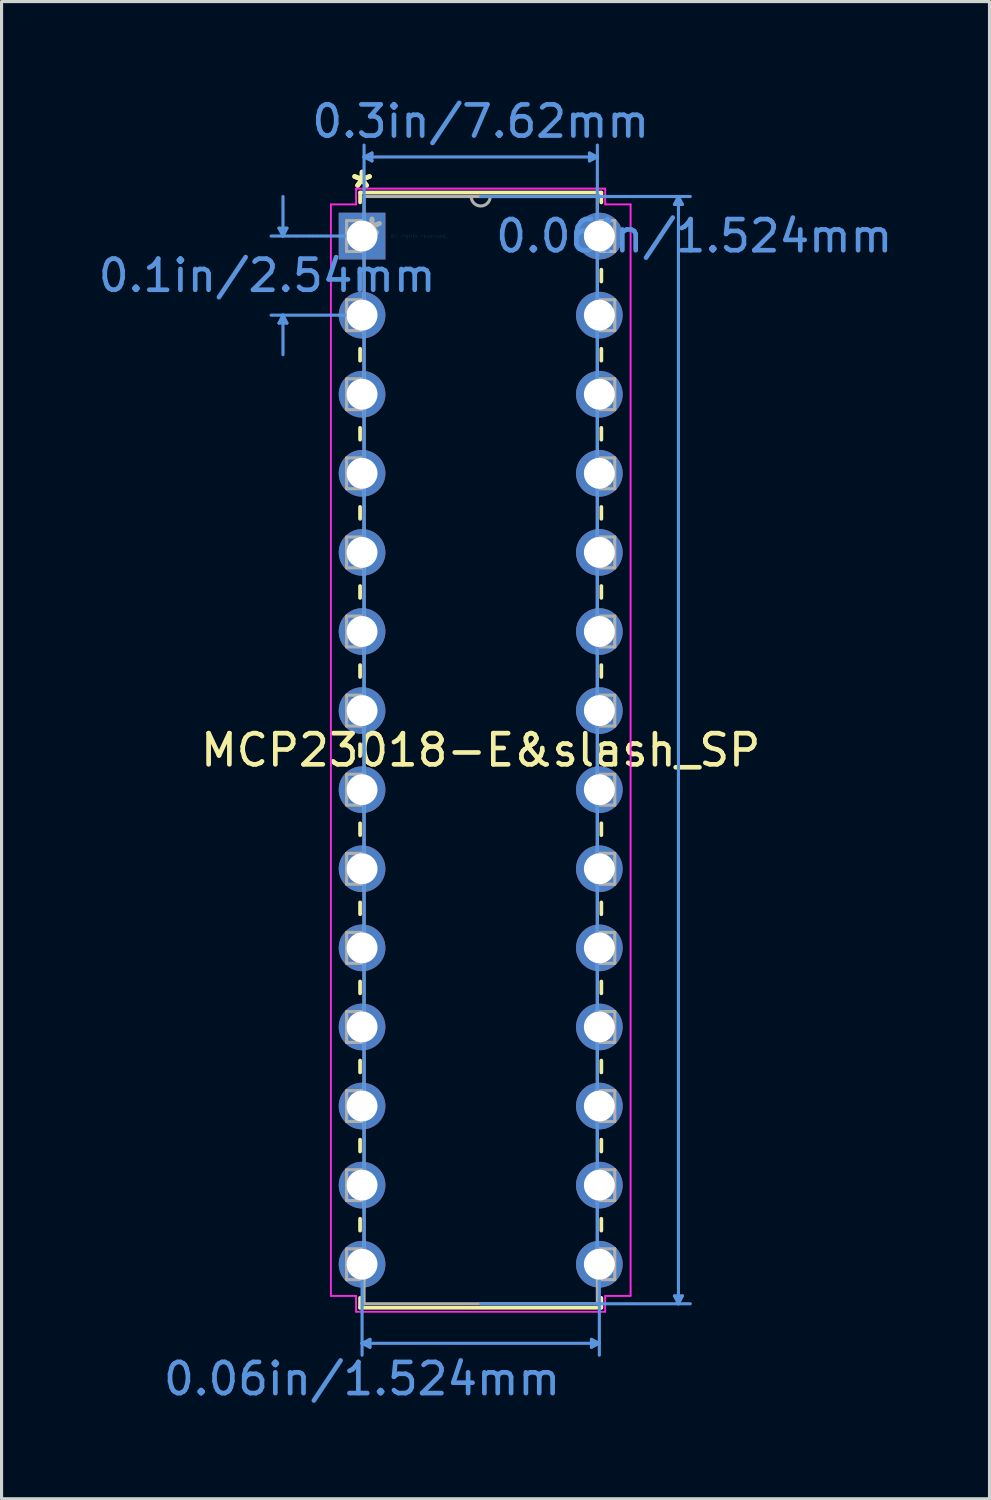
<source format=kicad_pcb>
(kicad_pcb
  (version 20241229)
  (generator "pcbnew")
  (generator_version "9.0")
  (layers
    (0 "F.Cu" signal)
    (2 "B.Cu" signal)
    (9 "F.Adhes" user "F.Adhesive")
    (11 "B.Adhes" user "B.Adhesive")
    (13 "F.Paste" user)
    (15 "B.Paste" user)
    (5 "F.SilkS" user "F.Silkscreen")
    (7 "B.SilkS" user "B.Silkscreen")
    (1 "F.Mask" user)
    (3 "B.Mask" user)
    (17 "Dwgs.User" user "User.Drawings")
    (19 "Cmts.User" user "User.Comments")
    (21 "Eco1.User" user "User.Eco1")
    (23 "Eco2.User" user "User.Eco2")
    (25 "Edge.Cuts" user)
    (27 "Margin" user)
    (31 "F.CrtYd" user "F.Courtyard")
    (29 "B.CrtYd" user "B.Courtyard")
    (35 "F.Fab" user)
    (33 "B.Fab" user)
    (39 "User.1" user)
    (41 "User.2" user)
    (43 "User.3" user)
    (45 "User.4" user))
  (footprint "MCP23018-E&slash_SP"
    (layer "F.Cu")
    (at 8.578 4.531)
    (property "Reference" "MCP23018-E&slash_SP" (at 3.81 16.51 0) (layer "F.SilkS") (effects (font (size 1 1) (thickness 0.15))))
    (attr through_hole)
    (fp_line (start -0.064 -1.397) (end -0.064 -1.082) (stroke (width 0.12) (type solid)) (layer "F.SilkS"))
    (fp_line (start -0.064 1.082) (end -0.064 1.46) (stroke (width 0.12) (type solid)) (layer "F.SilkS"))
    (fp_line (start -0.064 3.62) (end -0.064 4) (stroke (width 0.12) (type solid)) (layer "F.SilkS"))
    (fp_line (start -0.064 6.16) (end -0.064 6.54) (stroke (width 0.12) (type solid)) (layer "F.SilkS"))
    (fp_line (start -0.064 8.7) (end -0.064 9.08) (stroke (width 0.12) (type solid)) (layer "F.SilkS"))
    (fp_line (start -0.064 11.24) (end -0.064 11.62) (stroke (width 0.12) (type solid)) (layer "F.SilkS"))
    (fp_line (start -0.064 13.78) (end -0.064 14.16) (stroke (width 0.12) (type solid)) (layer "F.SilkS"))
    (fp_line (start -0.064 16.32) (end -0.064 16.7) (stroke (width 0.12) (type solid)) (layer "F.SilkS"))
    (fp_line (start -0.064 18.86) (end -0.064 19.24) (stroke (width 0.12) (type solid)) (layer "F.SilkS"))
    (fp_line (start -0.064 21.4) (end -0.064 21.78) (stroke (width 0.12) (type solid)) (layer "F.SilkS"))
    (fp_line (start -0.064 23.94) (end -0.064 24.32) (stroke (width 0.12) (type solid)) (layer "F.SilkS"))
    (fp_line (start -0.064 26.48) (end -0.064 26.86) (stroke (width 0.12) (type solid)) (layer "F.SilkS"))
    (fp_line (start -0.064 29.02) (end -0.064 29.4) (stroke (width 0.12) (type solid)) (layer "F.SilkS"))
    (fp_line (start -0.064 31.56) (end -0.064 31.94) (stroke (width 0.12) (type solid)) (layer "F.SilkS"))
    (fp_line (start -0.064 34.1) (end -0.064 34.417) (stroke (width 0.12) (type solid)) (layer "F.SilkS"))
    (fp_line (start -0.064 34.417) (end 7.684 34.417) (stroke (width 0.12) (type solid)) (layer "F.SilkS"))
    (fp_line (start 7.684 -1.397) (end -0.064 -1.397) (stroke (width 0.12) (type solid)) (layer "F.SilkS"))
    (fp_line (start 7.684 -1.08) (end 7.684 -1.397) (stroke (width 0.12) (type solid)) (layer "F.SilkS"))
    (fp_line (start 7.684 1.46) (end 7.684 1.08) (stroke (width 0.12) (type solid)) (layer "F.SilkS"))
    (fp_line (start 7.684 4) (end 7.684 3.62) (stroke (width 0.12) (type solid)) (layer "F.SilkS"))
    (fp_line (start 7.684 6.54) (end 7.684 6.16) (stroke (width 0.12) (type solid)) (layer "F.SilkS"))
    (fp_line (start 7.684 9.08) (end 7.684 8.7) (stroke (width 0.12) (type solid)) (layer "F.SilkS"))
    (fp_line (start 7.684 11.62) (end 7.684 11.24) (stroke (width 0.12) (type solid)) (layer "F.SilkS"))
    (fp_line (start 7.684 14.16) (end 7.684 13.78) (stroke (width 0.12) (type solid)) (layer "F.SilkS"))
    (fp_line (start 7.684 16.7) (end 7.684 16.32) (stroke (width 0.12) (type solid)) (layer "F.SilkS"))
    (fp_line (start 7.684 19.24) (end 7.684 18.86) (stroke (width 0.12) (type solid)) (layer "F.SilkS"))
    (fp_line (start 7.684 21.78) (end 7.684 21.4) (stroke (width 0.12) (type solid)) (layer "F.SilkS"))
    (fp_line (start 7.684 24.32) (end 7.684 23.94) (stroke (width 0.12) (type solid)) (layer "F.SilkS"))
    (fp_line (start 7.684 26.86) (end 7.684 26.48) (stroke (width 0.12) (type solid)) (layer "F.SilkS"))
    (fp_line (start 7.684 29.4) (end 7.684 29.02) (stroke (width 0.12) (type solid)) (layer "F.SilkS"))
    (fp_line (start 7.684 31.94) (end 7.684 31.56) (stroke (width 0.12) (type solid)) (layer "F.SilkS"))
    (fp_line (start 7.684 34.417) (end 7.684 34.1) (stroke (width 0.12) (type solid)) (layer "F.SilkS"))
    (fp_line (start -2.667 -0.254) (end -2.413 -0.254) (stroke (width 0.1) (type solid)) (layer "Cmts.User"))
    (fp_line (start -2.667 2.794) (end -2.413 2.794) (stroke (width 0.1) (type solid)) (layer "Cmts.User"))
    (fp_line (start -2.54 0) (end -2.667 -0.254) (stroke (width 0.1) (type solid)) (layer "Cmts.User"))
    (fp_line (start -2.54 0) (end -2.54 -1.27) (stroke (width 0.1) (type solid)) (layer "Cmts.User"))
    (fp_line (start -2.54 0) (end -2.413 -0.254) (stroke (width 0.1) (type solid)) (layer "Cmts.User"))
    (fp_line (start -2.54 2.54) (end -2.667 2.794) (stroke (width 0.1) (type solid)) (layer "Cmts.User"))
    (fp_line (start -2.54 2.54) (end -2.54 3.81) (stroke (width 0.1) (type solid)) (layer "Cmts.User"))
    (fp_line (start -2.54 2.54) (end -2.413 2.794) (stroke (width 0.1) (type solid)) (layer "Cmts.User"))
    (fp_line (start 0 0) (end -2.921 0) (stroke (width 0.1) (type solid)) (layer "Cmts.User"))
    (fp_line (start 0 2.54) (end -2.921 2.54) (stroke (width 0.1) (type solid)) (layer "Cmts.User"))
    (fp_line (start 0 33.02) (end 0 35.941) (stroke (width 0.1) (type solid)) (layer "Cmts.User"))
    (fp_line (start 0 35.56) (end 0.254 35.433) (stroke (width 0.1) (type solid)) (layer "Cmts.User"))
    (fp_line (start 0 35.56) (end 0.254 35.687) (stroke (width 0.1) (type solid)) (layer "Cmts.User"))
    (fp_line (start 0 35.56) (end 7.62 35.56) (stroke (width 0.1) (type solid)) (layer "Cmts.User"))
    (fp_line (start 0.064 -2.54) (end 0.318 -2.667) (stroke (width 0.1) (type solid)) (layer "Cmts.User"))
    (fp_line (start 0.064 -2.54) (end 0.318 -2.413) (stroke (width 0.1) (type solid)) (layer "Cmts.User"))
    (fp_line (start 0.064 -2.54) (end 7.556 -2.54) (stroke (width 0.1) (type solid)) (layer "Cmts.User"))
    (fp_line (start 0.064 33.02) (end 0.064 -2.921) (stroke (width 0.1) (type solid)) (layer "Cmts.User"))
    (fp_line (start 0.254 35.433) (end 0.254 35.687) (stroke (width 0.1) (type solid)) (layer "Cmts.User"))
    (fp_line (start 0.318 -2.667) (end 0.318 -2.413) (stroke (width 0.1) (type solid)) (layer "Cmts.User"))
    (fp_line (start 3.81 -1.27) (end 10.541 -1.27) (stroke (width 0.1) (type solid)) (layer "Cmts.User"))
    (fp_line (start 3.81 34.29) (end 10.541 34.29) (stroke (width 0.1) (type solid)) (layer "Cmts.User"))
    (fp_line (start 7.303 -2.667) (end 7.303 -2.413) (stroke (width 0.1) (type solid)) (layer "Cmts.User"))
    (fp_line (start 7.366 35.433) (end 7.366 35.687) (stroke (width 0.1) (type solid)) (layer "Cmts.User"))
    (fp_line (start 7.556 -2.54) (end 7.303 -2.667) (stroke (width 0.1) (type solid)) (layer "Cmts.User"))
    (fp_line (start 7.556 -2.54) (end 7.303 -2.413) (stroke (width 0.1) (type solid)) (layer "Cmts.User"))
    (fp_line (start 7.556 33.02) (end 7.556 -2.921) (stroke (width 0.1) (type solid)) (layer "Cmts.User"))
    (fp_line (start 7.62 33.02) (end 7.62 35.941) (stroke (width 0.1) (type solid)) (layer "Cmts.User"))
    (fp_line (start 7.62 35.56) (end 7.366 35.433) (stroke (width 0.1) (type solid)) (layer "Cmts.User"))
    (fp_line (start 7.62 35.56) (end 7.366 35.687) (stroke (width 0.1) (type solid)) (layer "Cmts.User"))
    (fp_line (start 10.033 -1.016) (end 10.287 -1.016) (stroke (width 0.1) (type solid)) (layer "Cmts.User"))
    (fp_line (start 10.033 34.036) (end 10.287 34.036) (stroke (width 0.1) (type solid)) (layer "Cmts.User"))
    (fp_line (start 10.16 -1.27) (end 10.033 -1.016) (stroke (width 0.1) (type solid)) (layer "Cmts.User"))
    (fp_line (start 10.16 -1.27) (end 10.16 34.29) (stroke (width 0.1) (type solid)) (layer "Cmts.User"))
    (fp_line (start 10.16 -1.27) (end 10.287 -1.016) (stroke (width 0.1) (type solid)) (layer "Cmts.User"))
    (fp_line (start 10.16 34.29) (end 10.033 34.036) (stroke (width 0.1) (type solid)) (layer "Cmts.User"))
    (fp_line (start 10.16 34.29) (end 10.287 34.036) (stroke (width 0.1) (type solid)) (layer "Cmts.User"))
    (fp_line (start -1.003 -1.016) (end -1.003 34.036) (stroke (width 0.05) (type solid)) (layer "F.CrtYd"))
    (fp_line (start -1.003 -1.016) (end -0.191 -1.016) (stroke (width 0.05) (type solid)) (layer "F.CrtYd"))
    (fp_line (start -1.003 34.036) (end -1.003 -1.016) (stroke (width 0.05) (type solid)) (layer "F.CrtYd"))
    (fp_line (start -1.003 34.036) (end -0.191 34.036) (stroke (width 0.05) (type solid)) (layer "F.CrtYd"))
    (fp_line (start -0.191 -1.524) (end -0.191 -1.016) (stroke (width 0.05) (type solid)) (layer "F.CrtYd"))
    (fp_line (start -0.191 -1.524) (end 7.811 -1.524) (stroke (width 0.05) (type solid)) (layer "F.CrtYd"))
    (fp_line (start -0.191 -1.016) (end -1.003 -1.016) (stroke (width 0.05) (type solid)) (layer "F.CrtYd"))
    (fp_line (start -0.191 -1.016) (end -0.191 -1.524) (stroke (width 0.05) (type solid)) (layer "F.CrtYd"))
    (fp_line (start -0.191 34.036) (end -1.003 34.036) (stroke (width 0.05) (type solid)) (layer "F.CrtYd"))
    (fp_line (start -0.191 34.036) (end -0.191 34.544) (stroke (width 0.05) (type solid)) (layer "F.CrtYd"))
    (fp_line (start -0.191 34.544) (end -0.191 34.036) (stroke (width 0.05) (type solid)) (layer "F.CrtYd"))
    (fp_line (start -0.191 34.544) (end 7.811 34.544) (stroke (width 0.05) (type solid)) (layer "F.CrtYd"))
    (fp_line (start 7.811 -1.524) (end -0.191 -1.524) (stroke (width 0.05) (type solid)) (layer "F.CrtYd"))
    (fp_line (start 7.811 -1.524) (end 7.811 -1.016) (stroke (width 0.05) (type solid)) (layer "F.CrtYd"))
    (fp_line (start 7.811 -1.016) (end 7.811 -1.524) (stroke (width 0.05) (type solid)) (layer "F.CrtYd"))
    (fp_line (start 7.811 34.036) (end 7.811 34.544) (stroke (width 0.05) (type solid)) (layer "F.CrtYd"))
    (fp_line (start 7.811 34.036) (end 8.623 34.036) (stroke (width 0.05) (type solid)) (layer "F.CrtYd"))
    (fp_line (start 7.811 34.544) (end -0.191 34.544) (stroke (width 0.05) (type solid)) (layer "F.CrtYd"))
    (fp_line (start 7.811 34.544) (end 7.811 34.036) (stroke (width 0.05) (type solid)) (layer "F.CrtYd"))
    (fp_line (start 8.623 -1.016) (end 7.811 -1.016) (stroke (width 0.05) (type solid)) (layer "F.CrtYd"))
    (fp_line (start 8.623 -1.016) (end 7.811 -1.016) (stroke (width 0.05) (type solid)) (layer "F.CrtYd"))
    (fp_line (start 8.623 -1.016) (end 8.623 34.036) (stroke (width 0.05) (type solid)) (layer "F.CrtYd"))
    (fp_line (start 8.623 34.036) (end 7.811 34.036) (stroke (width 0.05) (type solid)) (layer "F.CrtYd"))
    (fp_line (start 8.623 34.036) (end 8.623 -1.016) (stroke (width 0.05) (type solid)) (layer "F.CrtYd"))
    (fp_line (start -0.495 -0.495) (end -0.495 0.495) (stroke (width 0.1) (type solid)) (layer "F.Fab"))
    (fp_line (start -0.495 0.495) (end 0.064 0.495) (stroke (width 0.1) (type solid)) (layer "F.Fab"))
    (fp_line (start -0.495 2.045) (end -0.495 3.035) (stroke (width 0.1) (type solid)) (layer "F.Fab"))
    (fp_line (start -0.495 3.035) (end 0.064 3.035) (stroke (width 0.1) (type solid)) (layer "F.Fab"))
    (fp_line (start -0.495 4.585) (end -0.495 5.575) (stroke (width 0.1) (type solid)) (layer "F.Fab"))
    (fp_line (start -0.495 5.575) (end 0.064 5.575) (stroke (width 0.1) (type solid)) (layer "F.Fab"))
    (fp_line (start -0.495 7.125) (end -0.495 8.115) (stroke (width 0.1) (type solid)) (layer "F.Fab"))
    (fp_line (start -0.495 8.115) (end 0.064 8.115) (stroke (width 0.1) (type solid)) (layer "F.Fab"))
    (fp_line (start -0.495 9.665) (end -0.495 10.655) (stroke (width 0.1) (type solid)) (layer "F.Fab"))
    (fp_line (start -0.495 10.655) (end 0.064 10.655) (stroke (width 0.1) (type solid)) (layer "F.Fab"))
    (fp_line (start -0.495 12.205) (end -0.495 13.195) (stroke (width 0.1) (type solid)) (layer "F.Fab"))
    (fp_line (start -0.495 13.195) (end 0.064 13.195) (stroke (width 0.1) (type solid)) (layer "F.Fab"))
    (fp_line (start -0.495 14.745) (end -0.495 15.735) (stroke (width 0.1) (type solid)) (layer "F.Fab"))
    (fp_line (start -0.495 15.735) (end 0.064 15.735) (stroke (width 0.1) (type solid)) (layer "F.Fab"))
    (fp_line (start -0.495 17.285) (end -0.495 18.275) (stroke (width 0.1) (type solid)) (layer "F.Fab"))
    (fp_line (start -0.495 18.275) (end 0.064 18.275) (stroke (width 0.1) (type solid)) (layer "F.Fab"))
    (fp_line (start -0.495 19.825) (end -0.495 20.815) (stroke (width 0.1) (type solid)) (layer "F.Fab"))
    (fp_line (start -0.495 20.815) (end 0.064 20.815) (stroke (width 0.1) (type solid)) (layer "F.Fab"))
    (fp_line (start -0.495 22.365) (end -0.495 23.355) (stroke (width 0.1) (type solid)) (layer "F.Fab"))
    (fp_line (start -0.495 23.355) (end 0.064 23.355) (stroke (width 0.1) (type solid)) (layer "F.Fab"))
    (fp_line (start -0.495 24.905) (end -0.495 25.895) (stroke (width 0.1) (type solid)) (layer "F.Fab"))
    (fp_line (start -0.495 25.895) (end 0.064 25.895) (stroke (width 0.1) (type solid)) (layer "F.Fab"))
    (fp_line (start -0.495 27.445) (end -0.495 28.435) (stroke (width 0.1) (type solid)) (layer "F.Fab"))
    (fp_line (start -0.495 28.435) (end 0.064 28.435) (stroke (width 0.1) (type solid)) (layer "F.Fab"))
    (fp_line (start -0.495 29.985) (end -0.495 30.975) (stroke (width 0.1) (type solid)) (layer "F.Fab"))
    (fp_line (start -0.495 30.975) (end 0.064 30.975) (stroke (width 0.1) (type solid)) (layer "F.Fab"))
    (fp_line (start -0.495 32.525) (end -0.495 33.515) (stroke (width 0.1) (type solid)) (layer "F.Fab"))
    (fp_line (start -0.495 33.515) (end 0.064 33.515) (stroke (width 0.1) (type solid)) (layer "F.Fab"))
    (fp_line (start 0.064 -1.27) (end 0.064 34.29) (stroke (width 0.1) (type solid)) (layer "F.Fab"))
    (fp_line (start 0.064 -0.495) (end -0.495 -0.495) (stroke (width 0.1) (type solid)) (layer "F.Fab"))
    (fp_line (start 0.064 0.495) (end 0.064 -0.495) (stroke (width 0.1) (type solid)) (layer "F.Fab"))
    (fp_line (start 0.064 2.045) (end -0.495 2.045) (stroke (width 0.1) (type solid)) (layer "F.Fab"))
    (fp_line (start 0.064 3.035) (end 0.064 2.045) (stroke (width 0.1) (type solid)) (layer "F.Fab"))
    (fp_line (start 0.064 4.585) (end -0.495 4.585) (stroke (width 0.1) (type solid)) (layer "F.Fab"))
    (fp_line (start 0.064 5.575) (end 0.064 4.585) (stroke (width 0.1) (type solid)) (layer "F.Fab"))
    (fp_line (start 0.064 7.125) (end -0.495 7.125) (stroke (width 0.1) (type solid)) (layer "F.Fab"))
    (fp_line (start 0.064 8.115) (end 0.064 7.125) (stroke (width 0.1) (type solid)) (layer "F.Fab"))
    (fp_line (start 0.064 9.665) (end -0.495 9.665) (stroke (width 0.1) (type solid)) (layer "F.Fab"))
    (fp_line (start 0.064 10.655) (end 0.064 9.665) (stroke (width 0.1) (type solid)) (layer "F.Fab"))
    (fp_line (start 0.064 12.205) (end -0.495 12.205) (stroke (width 0.1) (type solid)) (layer "F.Fab"))
    (fp_line (start 0.064 13.195) (end 0.064 12.205) (stroke (width 0.1) (type solid)) (layer "F.Fab"))
    (fp_line (start 0.064 14.745) (end -0.495 14.745) (stroke (width 0.1) (type solid)) (layer "F.Fab"))
    (fp_line (start 0.064 15.735) (end 0.064 14.745) (stroke (width 0.1) (type solid)) (layer "F.Fab"))
    (fp_line (start 0.064 17.285) (end -0.495 17.285) (stroke (width 0.1) (type solid)) (layer "F.Fab"))
    (fp_line (start 0.064 18.275) (end 0.064 17.285) (stroke (width 0.1) (type solid)) (layer "F.Fab"))
    (fp_line (start 0.064 19.825) (end -0.495 19.825) (stroke (width 0.1) (type solid)) (layer "F.Fab"))
    (fp_line (start 0.064 20.815) (end 0.064 19.825) (stroke (width 0.1) (type solid)) (layer "F.Fab"))
    (fp_line (start 0.064 22.365) (end -0.495 22.365) (stroke (width 0.1) (type solid)) (layer "F.Fab"))
    (fp_line (start 0.064 23.355) (end 0.064 22.365) (stroke (width 0.1) (type solid)) (layer "F.Fab"))
    (fp_line (start 0.064 24.905) (end -0.495 24.905) (stroke (width 0.1) (type solid)) (layer "F.Fab"))
    (fp_line (start 0.064 25.895) (end 0.064 24.905) (stroke (width 0.1) (type solid)) (layer "F.Fab"))
    (fp_line (start 0.064 27.445) (end -0.495 27.445) (stroke (width 0.1) (type solid)) (layer "F.Fab"))
    (fp_line (start 0.064 28.435) (end 0.064 27.445) (stroke (width 0.1) (type solid)) (layer "F.Fab"))
    (fp_line (start 0.064 29.985) (end -0.495 29.985) (stroke (width 0.1) (type solid)) (layer "F.Fab"))
    (fp_line (start 0.064 30.975) (end 0.064 29.985) (stroke (width 0.1) (type solid)) (layer "F.Fab"))
    (fp_line (start 0.064 32.525) (end -0.495 32.525) (stroke (width 0.1) (type solid)) (layer "F.Fab"))
    (fp_line (start 0.064 33.515) (end 0.064 32.525) (stroke (width 0.1) (type solid)) (layer "F.Fab"))
    (fp_line (start 0.064 34.29) (end 7.556 34.29) (stroke (width 0.1) (type solid)) (layer "F.Fab"))
    (fp_line (start 7.556 -1.27) (end 0.064 -1.27) (stroke (width 0.1) (type solid)) (layer "F.Fab"))
    (fp_line (start 7.556 -0.495) (end 7.556 0.495) (stroke (width 0.1) (type solid)) (layer "F.Fab"))
    (fp_line (start 7.556 0.495) (end 8.115 0.495) (stroke (width 0.1) (type solid)) (layer "F.Fab"))
    (fp_line (start 7.556 2.045) (end 7.556 3.035) (stroke (width 0.1) (type solid)) (layer "F.Fab"))
    (fp_line (start 7.556 3.035) (end 8.115 3.035) (stroke (width 0.1) (type solid)) (layer "F.Fab"))
    (fp_line (start 7.556 4.585) (end 7.556 5.575) (stroke (width 0.1) (type solid)) (layer "F.Fab"))
    (fp_line (start 7.556 5.575) (end 8.115 5.575) (stroke (width 0.1) (type solid)) (layer "F.Fab"))
    (fp_line (start 7.556 7.125) (end 7.556 8.115) (stroke (width 0.1) (type solid)) (layer "F.Fab"))
    (fp_line (start 7.556 8.115) (end 8.115 8.115) (stroke (width 0.1) (type solid)) (layer "F.Fab"))
    (fp_line (start 7.556 9.665) (end 7.556 10.655) (stroke (width 0.1) (type solid)) (layer "F.Fab"))
    (fp_line (start 7.556 10.655) (end 8.115 10.655) (stroke (width 0.1) (type solid)) (layer "F.Fab"))
    (fp_line (start 7.556 12.205) (end 7.556 13.195) (stroke (width 0.1) (type solid)) (layer "F.Fab"))
    (fp_line (start 7.556 13.195) (end 8.115 13.195) (stroke (width 0.1) (type solid)) (layer "F.Fab"))
    (fp_line (start 7.556 14.745) (end 7.556 15.735) (stroke (width 0.1) (type solid)) (layer "F.Fab"))
    (fp_line (start 7.556 15.735) (end 8.115 15.735) (stroke (width 0.1) (type solid)) (layer "F.Fab"))
    (fp_line (start 7.556 17.285) (end 7.556 18.275) (stroke (width 0.1) (type solid)) (layer "F.Fab"))
    (fp_line (start 7.556 18.275) (end 8.115 18.275) (stroke (width 0.1) (type solid)) (layer "F.Fab"))
    (fp_line (start 7.556 19.825) (end 7.556 20.815) (stroke (width 0.1) (type solid)) (layer "F.Fab"))
    (fp_line (start 7.556 20.815) (end 8.115 20.815) (stroke (width 0.1) (type solid)) (layer "F.Fab"))
    (fp_line (start 7.556 22.365) (end 7.556 23.355) (stroke (width 0.1) (type solid)) (layer "F.Fab"))
    (fp_line (start 7.556 23.355) (end 8.115 23.355) (stroke (width 0.1) (type solid)) (layer "F.Fab"))
    (fp_line (start 7.556 24.905) (end 7.556 25.895) (stroke (width 0.1) (type solid)) (layer "F.Fab"))
    (fp_line (start 7.556 25.895) (end 8.115 25.895) (stroke (width 0.1) (type solid)) (layer "F.Fab"))
    (fp_line (start 7.556 27.445) (end 7.556 28.435) (stroke (width 0.1) (type solid)) (layer "F.Fab"))
    (fp_line (start 7.556 28.435) (end 8.115 28.435) (stroke (width 0.1) (type solid)) (layer "F.Fab"))
    (fp_line (start 7.556 29.985) (end 7.556 30.975) (stroke (width 0.1) (type solid)) (layer "F.Fab"))
    (fp_line (start 7.556 30.975) (end 8.115 30.975) (stroke (width 0.1) (type solid)) (layer "F.Fab"))
    (fp_line (start 7.556 32.525) (end 7.556 33.515) (stroke (width 0.1) (type solid)) (layer "F.Fab"))
    (fp_line (start 7.556 33.515) (end 8.115 33.515) (stroke (width 0.1) (type solid)) (layer "F.Fab"))
    (fp_line (start 7.556 34.29) (end 7.556 -1.27) (stroke (width 0.1) (type solid)) (layer "F.Fab"))
    (fp_line (start 8.115 -0.495) (end 7.556 -0.495) (stroke (width 0.1) (type solid)) (layer "F.Fab"))
    (fp_line (start 8.115 0.495) (end 8.115 -0.495) (stroke (width 0.1) (type solid)) (layer "F.Fab"))
    (fp_line (start 8.115 2.045) (end 7.556 2.045) (stroke (width 0.1) (type solid)) (layer "F.Fab"))
    (fp_line (start 8.115 3.035) (end 8.115 2.045) (stroke (width 0.1) (type solid)) (layer "F.Fab"))
    (fp_line (start 8.115 4.585) (end 7.556 4.585) (stroke (width 0.1) (type solid)) (layer "F.Fab"))
    (fp_line (start 8.115 5.575) (end 8.115 4.585) (stroke (width 0.1) (type solid)) (layer "F.Fab"))
    (fp_line (start 8.115 7.125) (end 7.556 7.125) (stroke (width 0.1) (type solid)) (layer "F.Fab"))
    (fp_line (start 8.115 8.115) (end 8.115 7.125) (stroke (width 0.1) (type solid)) (layer "F.Fab"))
    (fp_line (start 8.115 9.665) (end 7.556 9.665) (stroke (width 0.1) (type solid)) (layer "F.Fab"))
    (fp_line (start 8.115 10.655) (end 8.115 9.665) (stroke (width 0.1) (type solid)) (layer "F.Fab"))
    (fp_line (start 8.115 12.205) (end 7.556 12.205) (stroke (width 0.1) (type solid)) (layer "F.Fab"))
    (fp_line (start 8.115 13.195) (end 8.115 12.205) (stroke (width 0.1) (type solid)) (layer "F.Fab"))
    (fp_line (start 8.115 14.745) (end 7.556 14.745) (stroke (width 0.1) (type solid)) (layer "F.Fab"))
    (fp_line (start 8.115 15.735) (end 8.115 14.745) (stroke (width 0.1) (type solid)) (layer "F.Fab"))
    (fp_line (start 8.115 17.285) (end 7.556 17.285) (stroke (width 0.1) (type solid)) (layer "F.Fab"))
    (fp_line (start 8.115 18.275) (end 8.115 17.285) (stroke (width 0.1) (type solid)) (layer "F.Fab"))
    (fp_line (start 8.115 19.825) (end 7.556 19.825) (stroke (width 0.1) (type solid)) (layer "F.Fab"))
    (fp_line (start 8.115 20.815) (end 8.115 19.825) (stroke (width 0.1) (type solid)) (layer "F.Fab"))
    (fp_line (start 8.115 22.365) (end 7.556 22.365) (stroke (width 0.1) (type solid)) (layer "F.Fab"))
    (fp_line (start 8.115 23.355) (end 8.115 22.365) (stroke (width 0.1) (type solid)) (layer "F.Fab"))
    (fp_line (start 8.115 24.905) (end 7.556 24.905) (stroke (width 0.1) (type solid)) (layer "F.Fab"))
    (fp_line (start 8.115 25.895) (end 8.115 24.905) (stroke (width 0.1) (type solid)) (layer "F.Fab"))
    (fp_line (start 8.115 27.445) (end 7.556 27.445) (stroke (width 0.1) (type solid)) (layer "F.Fab"))
    (fp_line (start 8.115 28.435) (end 8.115 27.445) (stroke (width 0.1) (type solid)) (layer "F.Fab"))
    (fp_line (start 8.115 29.985) (end 7.556 29.985) (stroke (width 0.1) (type solid)) (layer "F.Fab"))
    (fp_line (start 8.115 30.975) (end 8.115 29.985) (stroke (width 0.1) (type solid)) (layer "F.Fab"))
    (fp_line (start 8.115 32.525) (end 7.556 32.525) (stroke (width 0.1) (type solid)) (layer "F.Fab"))
    (fp_line (start 8.115 33.515) (end 8.115 32.525) (stroke (width 0.1) (type solid)) (layer "F.Fab"))
    (fp_arc (start 4.1148 -1.27) (mid 3.81 -0.9652) (end 3.5052 -1.27) (stroke (width 0.1) (type solid)) (layer "F.Fab"))
    (fp_text user "*" (at 0 -1.511 0) (layer "F.SilkS") (effects (font (size 1 1) (thickness 0.15))))
    (fp_text user "*" (at 0 -1.511 0) (layer "F.SilkS") (effects (font (size 1 1) (thickness 0.15))))
    (fp_text user "0.06in/1.524mm" (at 10.668 0 0) (layer "Cmts.User") (effects (font (size 1 1) (thickness 0.15))))
    (fp_text user "Copyright 2021 Accelerated Designs. All rights reserved." (at 0 0 0) (layer "Cmts.User") (effects (font (size 0.127 0.127) (thickness 0.002))))
    (fp_text user "0.1in/2.54mm" (at -3.048 1.27 0) (layer "Cmts.User") (effects (font (size 1 1) (thickness 0.15))))
    (fp_text user "0.06in/1.524mm" (at 0 36.703 0) (layer "Cmts.User") (effects (font (size 1 1) (thickness 0.15))))
    (fp_text user "0.3in/7.62mm" (at 3.81 -3.683 0) (layer "Cmts.User") (effects (font (size 1 1) (thickness 0.15))))
    (fp_text user "*" (at 0.318 0 0) (layer "F.Fab") (effects (font (size 1 1) (thickness 0.15))))
    (fp_text user "*" (at 0.318 0 0) (layer "F.Fab") (effects (font (size 1 1) (thickness 0.15))))
    (pad "1" thru_hole rect (at 0 0) (size 1.499 1.499) (drill 0.991) (layers "*.Cu" "*.Mask"))
    (pad "2" thru_hole circle (at 0 2.54) (size 1.499 1.499) (drill 0.991) (layers "*.Cu" "*.Mask"))
    (pad "3" thru_hole circle (at 0 5.08) (size 1.499 1.499) (drill 0.991) (layers "*.Cu" "*.Mask"))
    (pad "4" thru_hole circle (at 0 7.62) (size 1.499 1.499) (drill 0.991) (layers "*.Cu" "*.Mask"))
    (pad "5" thru_hole circle (at 0 10.16) (size 1.499 1.499) (drill 0.991) (layers "*.Cu" "*.Mask"))
    (pad "6" thru_hole circle (at 0 12.7) (size 1.499 1.499) (drill 0.991) (layers "*.Cu" "*.Mask"))
    (pad "7" thru_hole circle (at 0 15.24) (size 1.499 1.499) (drill 0.991) (layers "*.Cu" "*.Mask"))
    (pad "8" thru_hole circle (at 0 17.78) (size 1.499 1.499) (drill 0.991) (layers "*.Cu" "*.Mask"))
    (pad "9" thru_hole circle (at 0 20.32) (size 1.499 1.499) (drill 0.991) (layers "*.Cu" "*.Mask"))
    (pad "10" thru_hole circle (at 0 22.86) (size 1.499 1.499) (drill 0.991) (layers "*.Cu" "*.Mask"))
    (pad "11" thru_hole circle (at 0 25.4) (size 1.499 1.499) (drill 0.991) (layers "*.Cu" "*.Mask"))
    (pad "12" thru_hole circle (at 0 27.94) (size 1.499 1.499) (drill 0.991) (layers "*.Cu" "*.Mask"))
    (pad "13" thru_hole circle (at 0 30.48) (size 1.499 1.499) (drill 0.991) (layers "*.Cu" "*.Mask"))
    (pad "14" thru_hole circle (at 0 33.02) (size 1.499 1.499) (drill 0.991) (layers "*.Cu" "*.Mask"))
    (pad "15" thru_hole circle (at 7.62 33.02) (size 1.499 1.499) (drill 0.991) (layers "*.Cu" "*.Mask"))
    (pad "16" thru_hole circle (at 7.62 30.48) (size 1.499 1.499) (drill 0.991) (layers "*.Cu" "*.Mask"))
    (pad "17" thru_hole circle (at 7.62 27.94) (size 1.499 1.499) (drill 0.991) (layers "*.Cu" "*.Mask"))
    (pad "18" thru_hole circle (at 7.62 25.4) (size 1.499 1.499) (drill 0.991) (layers "*.Cu" "*.Mask"))
    (pad "19" thru_hole circle (at 7.62 22.86) (size 1.499 1.499) (drill 0.991) (layers "*.Cu" "*.Mask"))
    (pad "20" thru_hole circle (at 7.62 20.32) (size 1.499 1.499) (drill 0.991) (layers "*.Cu" "*.Mask"))
    (pad "21" thru_hole circle (at 7.62 17.78) (size 1.499 1.499) (drill 0.991) (layers "*.Cu" "*.Mask"))
    (pad "22" thru_hole circle (at 7.62 15.24) (size 1.499 1.499) (drill 0.991) (layers "*.Cu" "*.Mask"))
    (pad "23" thru_hole circle (at 7.62 12.7) (size 1.499 1.499) (drill 0.991) (layers "*.Cu" "*.Mask"))
    (pad "24" thru_hole circle (at 7.62 10.16) (size 1.499 1.499) (drill 0.991) (layers "*.Cu" "*.Mask"))
    (pad "25" thru_hole circle (at 7.62 7.62) (size 1.499 1.499) (drill 0.991) (layers "*.Cu" "*.Mask"))
    (pad "26" thru_hole circle (at 7.62 5.08) (size 1.499 1.499) (drill 0.991) (layers "*.Cu" "*.Mask"))
    (pad "27" thru_hole circle (at 7.62 2.54) (size 1.499 1.499) (drill 0.991) (layers "*.Cu" "*.Mask"))
    (pad "28" thru_hole circle (at 7.62 0) (size 1.499 1.499) (drill 0.991) (layers "*.Cu" "*.Mask")))
  (gr_rect
    (start -3 -3)
    (end 28.728 45.083)
    (stroke (width 0.1) (type default))
    (fill no)
    (layer "Edge.Cuts")))
</source>
